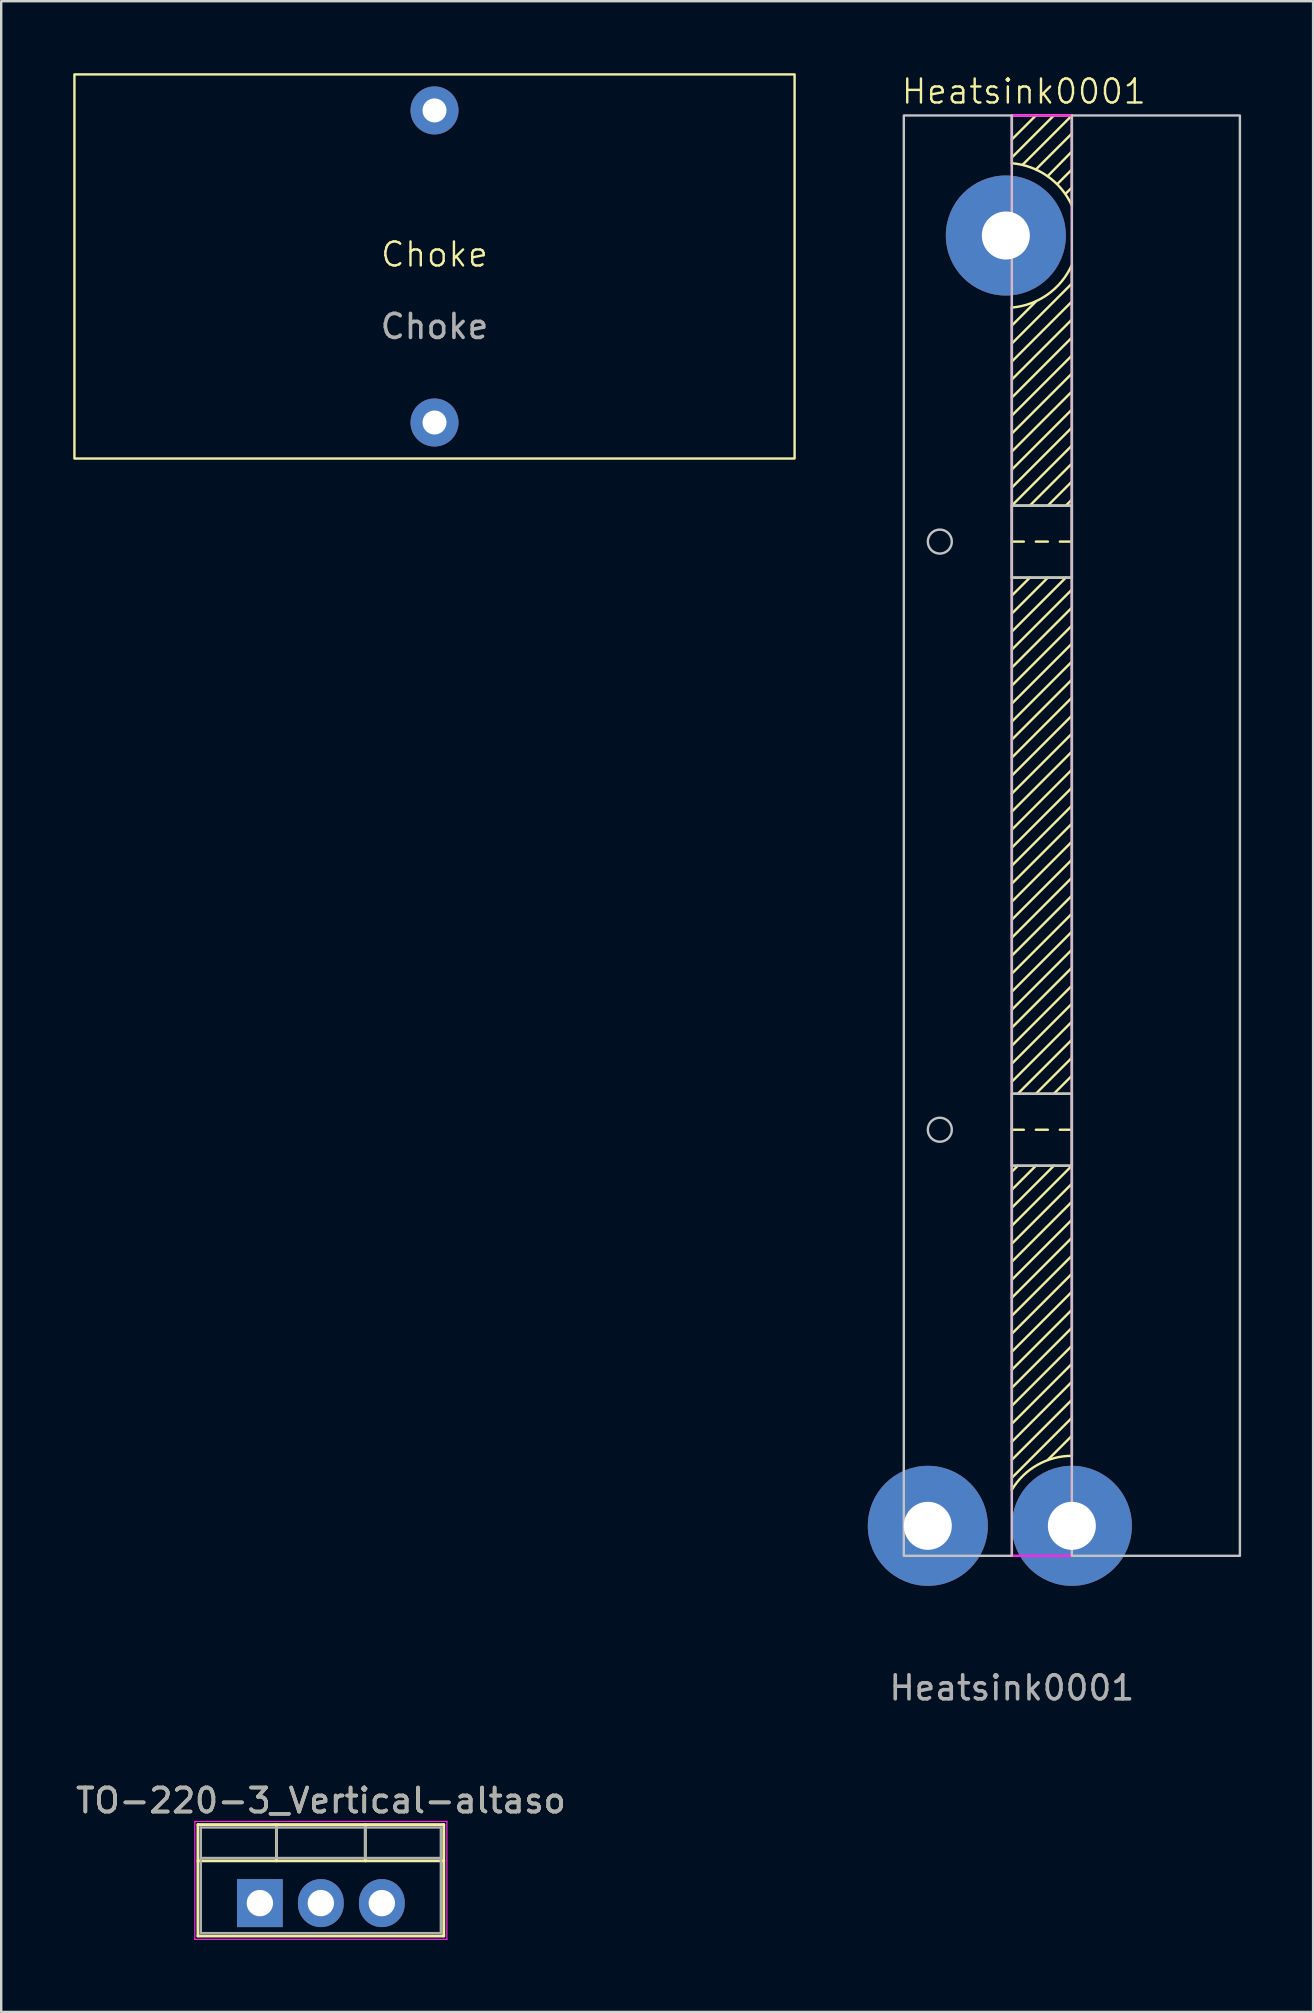
<source format=kicad_pcb>
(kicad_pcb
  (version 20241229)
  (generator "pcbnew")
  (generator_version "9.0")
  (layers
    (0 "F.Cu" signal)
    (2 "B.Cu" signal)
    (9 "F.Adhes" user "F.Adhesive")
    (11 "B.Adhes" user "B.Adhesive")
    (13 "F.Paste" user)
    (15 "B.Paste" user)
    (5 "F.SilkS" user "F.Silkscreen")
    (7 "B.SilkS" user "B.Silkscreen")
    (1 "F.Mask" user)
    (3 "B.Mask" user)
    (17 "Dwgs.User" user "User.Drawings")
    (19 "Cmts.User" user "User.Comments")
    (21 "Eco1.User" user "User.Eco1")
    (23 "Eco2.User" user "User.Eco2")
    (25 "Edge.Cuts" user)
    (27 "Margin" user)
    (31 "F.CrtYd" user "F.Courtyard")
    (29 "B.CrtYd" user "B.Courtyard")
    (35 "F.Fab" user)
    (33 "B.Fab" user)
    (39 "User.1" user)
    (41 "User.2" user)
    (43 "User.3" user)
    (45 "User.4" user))
  (footprint "TO-220-3_Vertical-altaso"
    (layer "F.Cu")
    (at 7.775 76.227)
    (property "Reference" "TO-220-3_Vertical-altaso" (at 2.54 -4.27 0) (layer "F.SilkS") (effects (font (size 1 1) (thickness 0.15))))
    (attr through_hole)
    (fp_line (start -2.58 -3.27) (end -2.58 1.371) (stroke (width 0.12) (type solid)) (layer "F.SilkS"))
    (fp_line (start -2.58 -3.27) (end 7.66 -3.27) (stroke (width 0.12) (type solid)) (layer "F.SilkS"))
    (fp_line (start -2.58 -1.76) (end 7.66 -1.76) (stroke (width 0.12) (type solid)) (layer "F.SilkS"))
    (fp_line (start -2.58 1.371) (end 7.66 1.371) (stroke (width 0.12) (type solid)) (layer "F.SilkS"))
    (fp_line (start 0.69 -3.27) (end 0.69 -1.76) (stroke (width 0.12) (type solid)) (layer "F.SilkS"))
    (fp_line (start 4.391 -3.27) (end 4.391 -1.76) (stroke (width 0.12) (type solid)) (layer "F.SilkS"))
    (fp_line (start 7.66 -3.27) (end 7.66 1.371) (stroke (width 0.12) (type solid)) (layer "F.SilkS"))
    (fp_line (start -2.71 -3.4) (end -2.71 1.51) (stroke (width 0.05) (type solid)) (layer "F.CrtYd"))
    (fp_line (start -2.71 1.51) (end 7.79 1.51) (stroke (width 0.05) (type solid)) (layer "F.CrtYd"))
    (fp_line (start 7.79 -3.4) (end -2.71 -3.4) (stroke (width 0.05) (type solid)) (layer "F.CrtYd"))
    (fp_line (start 7.79 1.51) (end 7.79 -3.4) (stroke (width 0.05) (type solid)) (layer "F.CrtYd"))
    (fp_line (start -2.46 -3.15) (end -2.46 1.25) (stroke (width 0.1) (type solid)) (layer "F.Fab"))
    (fp_line (start -2.46 -1.88) (end 7.54 -1.88) (stroke (width 0.1) (type solid)) (layer "F.Fab"))
    (fp_line (start -2.46 1.25) (end 7.54 1.25) (stroke (width 0.1) (type solid)) (layer "F.Fab"))
    (fp_line (start 0.69 -3.15) (end 0.69 -1.88) (stroke (width 0.1) (type solid)) (layer "F.Fab"))
    (fp_line (start 4.39 -3.15) (end 4.39 -1.88) (stroke (width 0.1) (type solid)) (layer "F.Fab"))
    (fp_line (start 7.54 -3.15) (end -2.46 -3.15) (stroke (width 0.1) (type solid)) (layer "F.Fab"))
    (fp_line (start 7.54 1.25) (end 7.54 -3.15) (stroke (width 0.1) (type solid)) (layer "F.Fab"))
    (fp_text user "${REFERENCE}" (at 2.54 -4.27 0) (layer "F.Fab") (effects (font (size 1 1) (thickness 0.15))))
    (pad "1" thru_hole rect (at 0 0) (size 1.905 2) (drill 1.1) (layers "*.Cu" "*.Mask"))
    (pad "2" thru_hole oval (at 2.54 0) (size 1.905 2) (drill 1.1) (layers "*.Cu" "*.Mask"))
    (pad "3" thru_hole oval (at 5.08 0) (size 1.905 2) (drill 1.1) (layers "*.Cu" "*.Mask")))
  (footprint "Choke"
    (layer "F.Cu")
    (at 15.05 8.05)
    (property "Reference" "Choke" (at 0 -0.5 0) (unlocked yes) (layer "F.SilkS") (effects (font (size 1 1) (thickness 0.1))))
    (attr through_hole)
    (fp_rect (start -15 -8) (end 15 8) (stroke (width 0.1) (type default)) (fill no) (layer "F.SilkS"))
    (fp_text user "${REFERENCE}" (at 0 2.5 0) (unlocked yes) (layer "F.Fab") (effects (font (size 1 1) (thickness 0.15))))
    (pad "1" thru_hole circle (at 0 -6.5) (size 2 2) (drill 1) (layers "*.Cu" "*.Mask"))
    (pad "2" thru_hole circle (at 0 6.5) (size 2 2) (drill 1) (layers "*.Cu" "*.Mask")))
  (footprint "Heatsink0001"
    (layer "F.Cu")
    (at 36.1 44.011)
    (property "Reference" "Heatsink0001" (at 3.5 -43.25 0) (unlocked yes) (layer "F.SilkS") (effects (font (size 1 1) (thickness 0.1))))
    (attr through_hole)
    (fp_line (start 3 -42.25) (end 5.5 -42.25) (stroke (width 0.1) (type default)) (layer "F.SilkS"))
    (fp_line (start 3 -41.25) (end 4 -42.25) (stroke (width 0.1) (type default)) (layer "F.SilkS"))
    (fp_line (start 3 -40.5) (end 4.75 -42.25) (stroke (width 0.1) (type default)) (layer "F.SilkS"))
    (fp_line (start 3 -40.25) (end 3 -42.25) (stroke (width 0.1) (type default)) (layer "F.SilkS"))
    (fp_line (start 3 -33.5) (end 4 -34.5) (stroke (width 0.1) (type default)) (layer "F.SilkS"))
    (fp_line (start 3 -32.75) (end 5.5 -35.25) (stroke (width 0.1) (type default)) (layer "F.SilkS"))
    (fp_line (start 3 -32) (end 5.5 -34.5) (stroke (width 0.1) (type default)) (layer "F.SilkS"))
    (fp_line (start 3 -31.25) (end 5.5 -33.75) (stroke (width 0.1) (type default)) (layer "F.SilkS"))
    (fp_line (start 3 -30.5) (end 5.5 -33) (stroke (width 0.1) (type default)) (layer "F.SilkS"))
    (fp_line (start 3 -29.75) (end 5.5 -32.25) (stroke (width 0.1) (type default)) (layer "F.SilkS"))
    (fp_line (start 3 -29) (end 5.5 -31.5) (stroke (width 0.1) (type default)) (layer "F.SilkS"))
    (fp_line (start 3 -28.25) (end 5.5 -30.75) (stroke (width 0.1) (type default)) (layer "F.SilkS"))
    (fp_line (start 3 -27.5) (end 5.5 -30) (stroke (width 0.1) (type default)) (layer "F.SilkS"))
    (fp_line (start 3 -26.75) (end 5.5 -29.25) (stroke (width 0.1) (type default)) (layer "F.SilkS"))
    (fp_line (start 3 -26) (end 5.5 -28.5) (stroke (width 0.1) (type default)) (layer "F.SilkS"))
    (fp_line (start 3 -26) (end 5.5 -26) (stroke (width 0.1) (type default)) (layer "F.SilkS"))
    (fp_line (start 3 -24.5) (end 3.5 -24.5) (stroke (width 0.1) (type default)) (layer "F.SilkS"))
    (fp_line (start 3 -23) (end 5.5 -23) (stroke (width 0.1) (type default)) (layer "F.SilkS"))
    (fp_line (start 3 -22.25) (end 3.75 -23) (stroke (width 0.1) (type default)) (layer "F.SilkS"))
    (fp_line (start 3 -21.5) (end 4.5 -23) (stroke (width 0.1) (type default)) (layer "F.SilkS"))
    (fp_line (start 3 -20.75) (end 5.25 -23) (stroke (width 0.1) (type default)) (layer "F.SilkS"))
    (fp_line (start 3 -20) (end 5.5 -22.5) (stroke (width 0.1) (type default)) (layer "F.SilkS"))
    (fp_line (start 3 -19.25) (end 5.5 -21.75) (stroke (width 0.1) (type default)) (layer "F.SilkS"))
    (fp_line (start 3 -18.5) (end 5.5 -21) (stroke (width 0.1) (type default)) (layer "F.SilkS"))
    (fp_line (start 3 -17.75) (end 5.5 -20.25) (stroke (width 0.1) (type default)) (layer "F.SilkS"))
    (fp_line (start 3 -17) (end 5.5 -19.5) (stroke (width 0.1) (type default)) (layer "F.SilkS"))
    (fp_line (start 3 -16.25) (end 5.5 -18.75) (stroke (width 0.1) (type default)) (layer "F.SilkS"))
    (fp_line (start 3 -15.5) (end 5.5 -18) (stroke (width 0.1) (type default)) (layer "F.SilkS"))
    (fp_line (start 3 -14.75) (end 5.5 -17.25) (stroke (width 0.1) (type default)) (layer "F.SilkS"))
    (fp_line (start 3 -14) (end 5.5 -16.5) (stroke (width 0.1) (type default)) (layer "F.SilkS"))
    (fp_line (start 3 -13.25) (end 5.5 -15.75) (stroke (width 0.1) (type default)) (layer "F.SilkS"))
    (fp_line (start 3 -12.5) (end 5.5 -15) (stroke (width 0.1) (type default)) (layer "F.SilkS"))
    (fp_line (start 3 -11.75) (end 5.5 -14.25) (stroke (width 0.1) (type default)) (layer "F.SilkS"))
    (fp_line (start 3 -11) (end 5.5 -13.5) (stroke (width 0.1) (type default)) (layer "F.SilkS"))
    (fp_line (start 3 -10.25) (end 5.5 -12.75) (stroke (width 0.1) (type default)) (layer "F.SilkS"))
    (fp_line (start 3 -9.5) (end 5.5 -12) (stroke (width 0.1) (type default)) (layer "F.SilkS"))
    (fp_line (start 3 -8.75) (end 5.5 -11.25) (stroke (width 0.1) (type default)) (layer "F.SilkS"))
    (fp_line (start 3 -8) (end 5.5 -10.5) (stroke (width 0.1) (type default)) (layer "F.SilkS"))
    (fp_line (start 3 -7.25) (end 5.5 -9.75) (stroke (width 0.1) (type default)) (layer "F.SilkS"))
    (fp_line (start 3 -6.5) (end 5.5 -9) (stroke (width 0.1) (type default)) (layer "F.SilkS"))
    (fp_line (start 3 -5.75) (end 5.5 -8.25) (stroke (width 0.1) (type default)) (layer "F.SilkS"))
    (fp_line (start 3 -5) (end 5.5 -7.5) (stroke (width 0.1) (type default)) (layer "F.SilkS"))
    (fp_line (start 3 -4.25) (end 5.5 -6.75) (stroke (width 0.1) (type default)) (layer "F.SilkS"))
    (fp_line (start 3 -3.5) (end 5.5 -6) (stroke (width 0.1) (type default)) (layer "F.SilkS"))
    (fp_line (start 3 -2.75) (end 5.5 -5.25) (stroke (width 0.1) (type default)) (layer "F.SilkS"))
    (fp_line (start 3 -2) (end 5.5 -4.5) (stroke (width 0.1) (type default)) (layer "F.SilkS"))
    (fp_line (start 3 -1.5) (end 5.5 -1.5) (stroke (width 0.1) (type default)) (layer "F.SilkS"))
    (fp_line (start 3 0) (end 3.5 0) (stroke (width 0.1) (type default)) (layer "F.SilkS"))
    (fp_line (start 3 1.5) (end 5.5 1.5) (stroke (width 0.1) (type default)) (layer "F.SilkS"))
    (fp_line (start 3 1.75) (end 3.25 1.5) (stroke (width 0.1) (type default)) (layer "F.SilkS"))
    (fp_line (start 3 2.5) (end 4 1.5) (stroke (width 0.1) (type default)) (layer "F.SilkS"))
    (fp_line (start 3 3.25) (end 4.75 1.5) (stroke (width 0.1) (type default)) (layer "F.SilkS"))
    (fp_line (start 3 4) (end 5.5 1.5) (stroke (width 0.1) (type default)) (layer "F.SilkS"))
    (fp_line (start 3 4.75) (end 5.5 2.25) (stroke (width 0.1) (type default)) (layer "F.SilkS"))
    (fp_line (start 3 5.5) (end 5.5 3) (stroke (width 0.1) (type default)) (layer "F.SilkS"))
    (fp_line (start 3 6.25) (end 5.5 3.75) (stroke (width 0.1) (type default)) (layer "F.SilkS"))
    (fp_line (start 3 7) (end 5.5 4.5) (stroke (width 0.1) (type default)) (layer "F.SilkS"))
    (fp_line (start 3 7.75) (end 5.5 5.25) (stroke (width 0.1) (type default)) (layer "F.SilkS"))
    (fp_line (start 3 8.5) (end 5.5 6) (stroke (width 0.1) (type default)) (layer "F.SilkS"))
    (fp_line (start 3 9.25) (end 5.5 6.75) (stroke (width 0.1) (type default)) (layer "F.SilkS"))
    (fp_line (start 3 10) (end 5.5 7.5) (stroke (width 0.1) (type default)) (layer "F.SilkS"))
    (fp_line (start 3 10.75) (end 5.5 8.25) (stroke (width 0.1) (type default)) (layer "F.SilkS"))
    (fp_line (start 3 11.5) (end 5.5 9) (stroke (width 0.1) (type default)) (layer "F.SilkS"))
    (fp_line (start 3 12.25) (end 5.5 9.75) (stroke (width 0.1) (type default)) (layer "F.SilkS"))
    (fp_line (start 3 13) (end 5.5 10.5) (stroke (width 0.1) (type default)) (layer "F.SilkS"))
    (fp_line (start 3 13.75) (end 5.5 11.25) (stroke (width 0.1) (type default)) (layer "F.SilkS"))
    (fp_line (start 3 14.5) (end 5.5 12) (stroke (width 0.1) (type default)) (layer "F.SilkS"))
    (fp_line (start 3 15) (end 3 -34.25) (stroke (width 0.1) (type default)) (layer "F.SilkS"))
    (fp_line (start 3.25 -1.5) (end 5.5 -3.75) (stroke (width 0.1) (type default)) (layer "F.SilkS"))
    (fp_line (start 3.75 -26) (end 5.5 -27.75) (stroke (width 0.1) (type default)) (layer "F.SilkS"))
    (fp_line (start 4 -24.5) (end 4.5 -24.5) (stroke (width 0.1) (type default)) (layer "F.SilkS"))
    (fp_line (start 4 -1.5) (end 5.5 -3) (stroke (width 0.1) (type default)) (layer "F.SilkS"))
    (fp_line (start 4 0) (end 4.5 0) (stroke (width 0.1) (type default)) (layer "F.SilkS"))
    (fp_line (start 4.5 -26) (end 5.5 -27) (stroke (width 0.1) (type default)) (layer "F.SilkS"))
    (fp_line (start 4.75 -1.5) (end 5.5 -2.25) (stroke (width 0.1) (type default)) (layer "F.SilkS"))
    (fp_line (start 5 -24.5) (end 5.5 -24.5) (stroke (width 0.1) (type default)) (layer "F.SilkS"))
    (fp_line (start 5 0) (end 5.5 0) (stroke (width 0.1) (type default)) (layer "F.SilkS"))
    (fp_line (start 5.25 -26) (end 5.5 -26.25) (stroke (width 0.1) (type default)) (layer "F.SilkS"))
    (fp_line (start 5.5 -42.25) (end 3.45 -40.2) (stroke (width 0.1) (type default)) (layer "F.SilkS"))
    (fp_line (start 5.5 -42.25) (end 5.5 -38.5) (stroke (width 0.1) (type default)) (layer "F.SilkS"))
    (fp_line (start 5.5 -41.5) (end 4 -40) (stroke (width 0.1) (type default)) (layer "F.SilkS"))
    (fp_line (start 5.5 -40.75) (end 4.49 -39.72) (stroke (width 0.1) (type default)) (layer "F.SilkS"))
    (fp_line (start 5.5 -40) (end 4.9 -39.4) (stroke (width 0.1) (type default)) (layer "F.SilkS"))
    (fp_line (start 5.5 -39.25) (end 5.25 -39) (stroke (width 0.1) (type default)) (layer "F.SilkS"))
    (fp_line (start 5.5 -36) (end 5.5 13.585) (stroke (width 0.1) (type default)) (layer "F.SilkS"))
    (fp_line (start 5.5 12.75) (end 4.5 13.75) (stroke (width 0.1) (type default)) (layer "F.SilkS"))
    (fp_arc (start 3.000001 15) (mid 4.063549 13.962954) (end 5.5 13.584525) (stroke (width 0.1) (type default)) (layer "F.SilkS"))
    (fp_arc (start 3.000861 -40.260327) (mid 4.489534 -39.719619) (end 5.5 -38.5) (stroke (width 0.1) (type default)) (layer "F.SilkS"))
    (fp_arc (start 5.490565 -36.004288) (mid 4.483566 -34.788853) (end 3 -34.250001) (stroke (width 0.1) (type default)) (layer "F.SilkS"))
    (fp_rect (start -1.5 -42.25) (end 3 17.75) (stroke (width 0.1) (type default)) (fill no) (layer "Dwgs.User"))
    (fp_rect (start 3 -26) (end 5.5 -23) (stroke (width 0.1) (type default)) (fill no) (layer "Dwgs.User"))
    (fp_rect (start 3 -1.5) (end 5.5 1.5) (stroke (width 0.1) (type default)) (fill no) (layer "Dwgs.User"))
    (fp_rect (start 5.5 -42.25) (end 12.5 17.75) (stroke (width 0.1) (type default)) (fill no) (layer "Dwgs.User"))
    (fp_circle (center 0 -24.5) (end 0.5 -24.5) (stroke (width 0.1) (type default)) (fill no) (layer "Dwgs.User"))
    (fp_circle (center 0 0) (end 0.5 0) (stroke (width 0.1) (type default)) (fill no) (layer "Dwgs.User"))
    (fp_rect (start 3 -42.25) (end 5.5 17.75) (stroke (width 0.1) (type default)) (fill no) (layer "F.CrtYd"))
    (fp_text user "${REFERENCE}" (at 3 23.25 0) (unlocked yes) (layer "F.Fab") (effects (font (size 1 1) (thickness 0.15))))
    (pad "1" thru_hole circle (at -0.5 16.5) (size 5 5) (drill 2) (layers "*.Cu" "*.Mask"))
    (pad "2" thru_hole circle (at 5.5 16.5) (size 5 5) (drill 2) (layers "*.Cu" "*.Mask"))
    (pad "3" thru_hole circle (at 2.75 -37.25) (size 5 5) (drill 2) (layers "*.Cu" "*.Mask")))
  (gr_rect
    (start -3 -3)
    (end 51.65 80.762)
    (stroke (width 0.1) (type default))
    (fill no)
    (layer "Edge.Cuts")))
</source>
